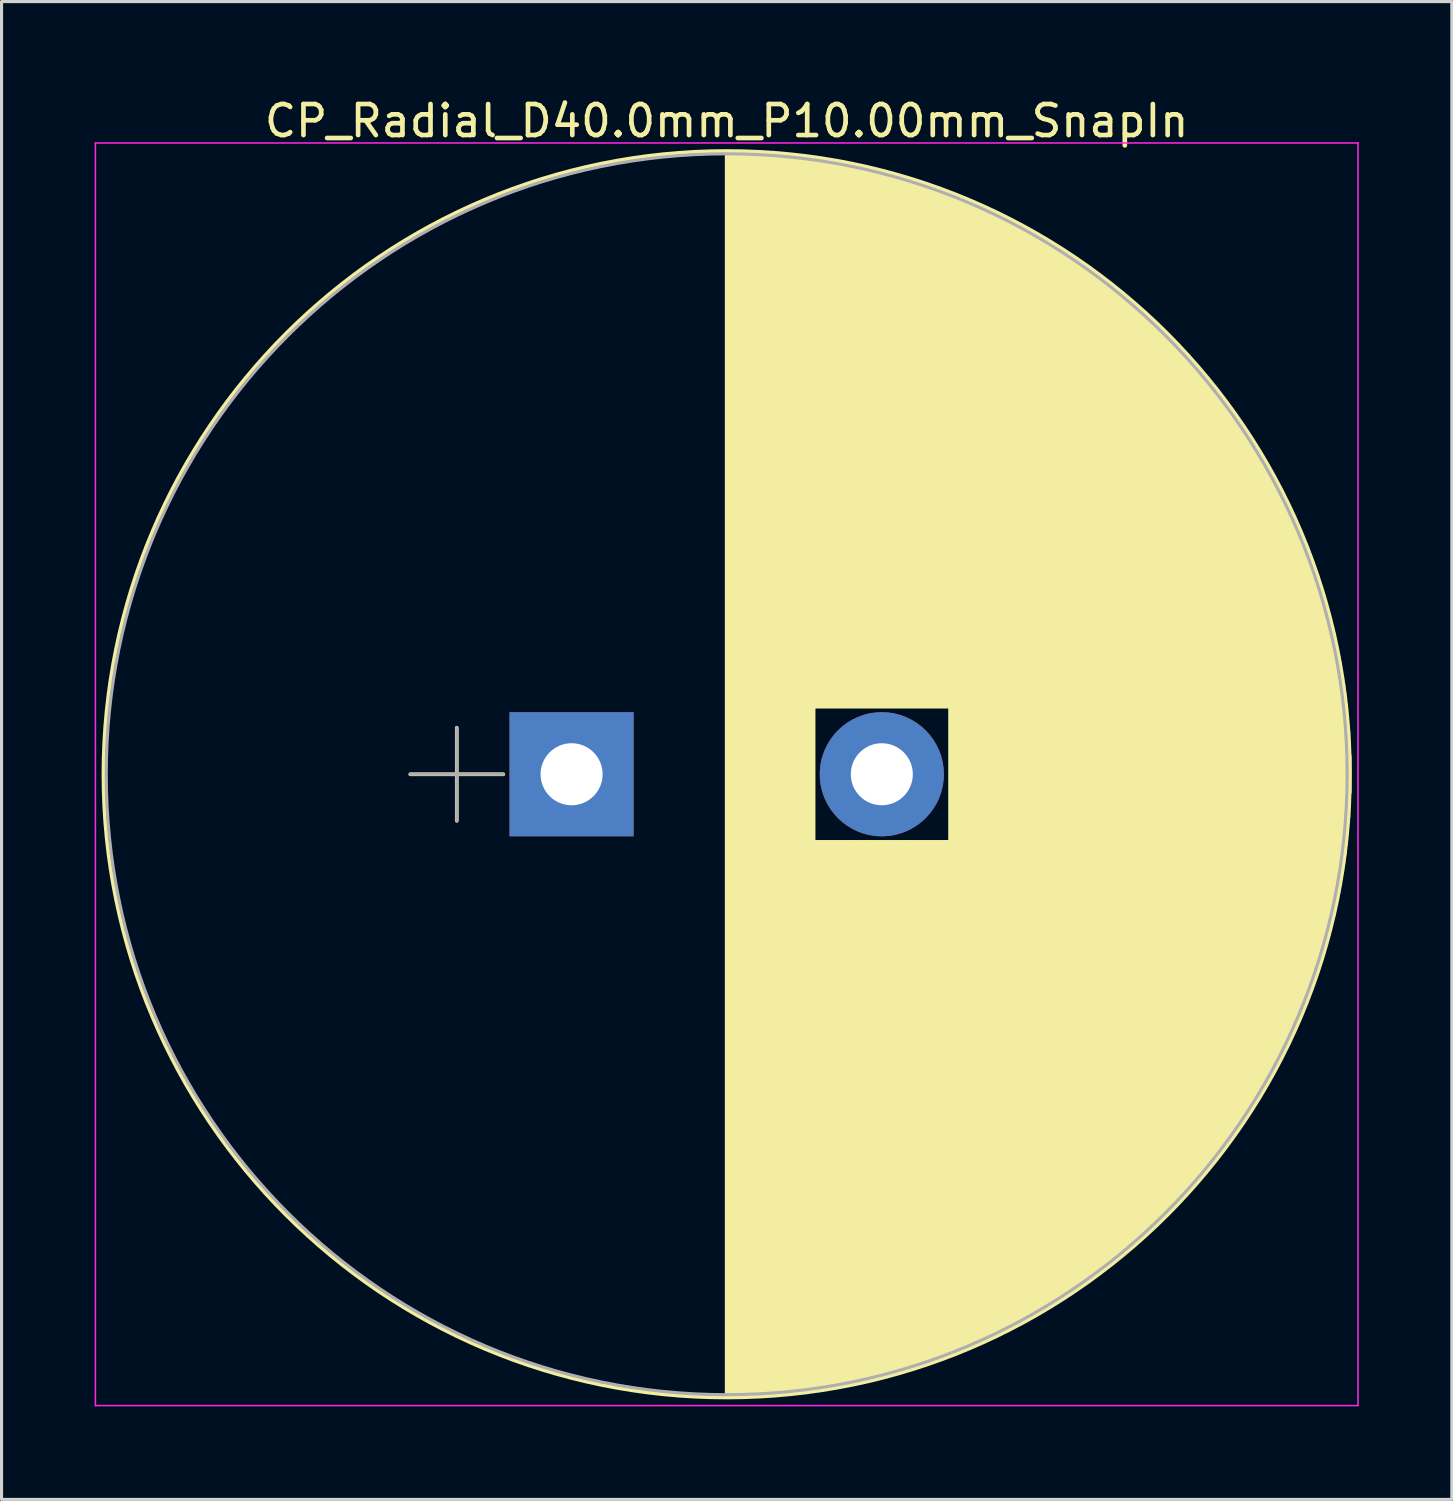
<source format=kicad_pcb>
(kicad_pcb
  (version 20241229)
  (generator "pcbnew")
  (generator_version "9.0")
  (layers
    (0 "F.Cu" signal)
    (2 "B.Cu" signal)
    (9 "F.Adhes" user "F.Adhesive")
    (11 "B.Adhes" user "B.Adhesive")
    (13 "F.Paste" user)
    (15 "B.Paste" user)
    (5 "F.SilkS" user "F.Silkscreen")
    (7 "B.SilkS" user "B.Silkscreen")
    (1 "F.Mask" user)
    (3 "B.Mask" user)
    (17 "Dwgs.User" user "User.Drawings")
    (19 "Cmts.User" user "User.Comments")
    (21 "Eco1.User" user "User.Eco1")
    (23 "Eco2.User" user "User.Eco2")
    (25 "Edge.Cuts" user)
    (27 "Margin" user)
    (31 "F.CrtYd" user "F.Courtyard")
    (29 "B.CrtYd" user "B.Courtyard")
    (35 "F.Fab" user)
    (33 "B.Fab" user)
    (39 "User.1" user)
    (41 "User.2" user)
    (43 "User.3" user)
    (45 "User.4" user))
  (footprint "CP_Radial_D40.0mm_P10.00mm_SnapIn"
    (layer "F.Cu")
    (at 15.375 21.908)
    (property "Reference" "CP_Radial_D40.0mm_P10.00mm_SnapIn" (at 5 -21.06 0) (layer "F.SilkS") (effects (font (size 1 1) (thickness 0.15))))
    (attr through_hole)
    (fp_line (start -5.2 0) (end -2.2 0) (stroke (width 0.12) (type solid)) (layer "F.SilkS"))
    (fp_line (start -3.7 -1.5) (end -3.7 1.5) (stroke (width 0.12) (type solid)) (layer "F.SilkS"))
    (fp_line (start 5 -20.05) (end 5 20.05) (stroke (width 0.12) (type solid)) (layer "F.SilkS"))
    (fp_line (start 5.04 -20.05) (end 5.04 20.05) (stroke (width 0.12) (type solid)) (layer "F.SilkS"))
    (fp_line (start 5.08 -20.05) (end 5.08 20.05) (stroke (width 0.12) (type solid)) (layer "F.SilkS"))
    (fp_line (start 5.12 -20.05) (end 5.12 20.05) (stroke (width 0.12) (type solid)) (layer "F.SilkS"))
    (fp_line (start 5.16 -20.05) (end 5.16 20.05) (stroke (width 0.12) (type solid)) (layer "F.SilkS"))
    (fp_line (start 5.2 -20.05) (end 5.2 20.05) (stroke (width 0.12) (type solid)) (layer "F.SilkS"))
    (fp_line (start 5.24 -20.049) (end 5.24 20.049) (stroke (width 0.12) (type solid)) (layer "F.SilkS"))
    (fp_line (start 5.28 -20.049) (end 5.28 20.049) (stroke (width 0.12) (type solid)) (layer "F.SilkS"))
    (fp_line (start 5.32 -20.048) (end 5.32 20.048) (stroke (width 0.12) (type solid)) (layer "F.SilkS"))
    (fp_line (start 5.36 -20.047) (end 5.36 20.047) (stroke (width 0.12) (type solid)) (layer "F.SilkS"))
    (fp_line (start 5.4 -20.047) (end 5.4 20.047) (stroke (width 0.12) (type solid)) (layer "F.SilkS"))
    (fp_line (start 5.44 -20.046) (end 5.44 20.046) (stroke (width 0.12) (type solid)) (layer "F.SilkS"))
    (fp_line (start 5.48 -20.045) (end 5.48 20.045) (stroke (width 0.12) (type solid)) (layer "F.SilkS"))
    (fp_line (start 5.52 -20.044) (end 5.52 20.044) (stroke (width 0.12) (type solid)) (layer "F.SilkS"))
    (fp_line (start 5.56 -20.043) (end 5.56 20.043) (stroke (width 0.12) (type solid)) (layer "F.SilkS"))
    (fp_line (start 5.6 -20.042) (end 5.6 20.042) (stroke (width 0.12) (type solid)) (layer "F.SilkS"))
    (fp_line (start 5.64 -20.04) (end 5.64 20.04) (stroke (width 0.12) (type solid)) (layer "F.SilkS"))
    (fp_line (start 5.68 -20.039) (end 5.68 20.039) (stroke (width 0.12) (type solid)) (layer "F.SilkS"))
    (fp_line (start 5.721 -20.038) (end 5.721 20.038) (stroke (width 0.12) (type solid)) (layer "F.SilkS"))
    (fp_line (start 5.761 -20.036) (end 5.761 20.036) (stroke (width 0.12) (type solid)) (layer "F.SilkS"))
    (fp_line (start 5.801 -20.035) (end 5.801 20.035) (stroke (width 0.12) (type solid)) (layer "F.SilkS"))
    (fp_line (start 5.841 -20.033) (end 5.841 20.033) (stroke (width 0.12) (type solid)) (layer "F.SilkS"))
    (fp_line (start 5.881 -20.031) (end 5.881 20.031) (stroke (width 0.12) (type solid)) (layer "F.SilkS"))
    (fp_line (start 5.921 -20.029) (end 5.921 20.029) (stroke (width 0.12) (type solid)) (layer "F.SilkS"))
    (fp_line (start 5.961 -20.028) (end 5.961 20.028) (stroke (width 0.12) (type solid)) (layer "F.SilkS"))
    (fp_line (start 6.001 -20.026) (end 6.001 20.026) (stroke (width 0.12) (type solid)) (layer "F.SilkS"))
    (fp_line (start 6.041 -20.024) (end 6.041 20.024) (stroke (width 0.12) (type solid)) (layer "F.SilkS"))
    (fp_line (start 6.081 -20.021) (end 6.081 20.021) (stroke (width 0.12) (type solid)) (layer "F.SilkS"))
    (fp_line (start 6.121 -20.019) (end 6.121 20.019) (stroke (width 0.12) (type solid)) (layer "F.SilkS"))
    (fp_line (start 6.161 -20.017) (end 6.161 20.017) (stroke (width 0.12) (type solid)) (layer "F.SilkS"))
    (fp_line (start 6.201 -20.015) (end 6.201 20.015) (stroke (width 0.12) (type solid)) (layer "F.SilkS"))
    (fp_line (start 6.241 -20.012) (end 6.241 20.012) (stroke (width 0.12) (type solid)) (layer "F.SilkS"))
    (fp_line (start 6.281 -20.01) (end 6.281 20.01) (stroke (width 0.12) (type solid)) (layer "F.SilkS"))
    (fp_line (start 6.321 -20.007) (end 6.321 20.007) (stroke (width 0.12) (type solid)) (layer "F.SilkS"))
    (fp_line (start 6.361 -20.004) (end 6.361 20.004) (stroke (width 0.12) (type solid)) (layer "F.SilkS"))
    (fp_line (start 6.401 -20.002) (end 6.401 20.002) (stroke (width 0.12) (type solid)) (layer "F.SilkS"))
    (fp_line (start 6.441 -19.999) (end 6.441 19.999) (stroke (width 0.12) (type solid)) (layer "F.SilkS"))
    (fp_line (start 6.481 -19.996) (end 6.481 19.996) (stroke (width 0.12) (type solid)) (layer "F.SilkS"))
    (fp_line (start 6.521 -19.993) (end 6.521 19.993) (stroke (width 0.12) (type solid)) (layer "F.SilkS"))
    (fp_line (start 6.561 -19.99) (end 6.561 19.99) (stroke (width 0.12) (type solid)) (layer "F.SilkS"))
    (fp_line (start 6.601 -19.987) (end 6.601 19.987) (stroke (width 0.12) (type solid)) (layer "F.SilkS"))
    (fp_line (start 6.641 -19.983) (end 6.641 19.983) (stroke (width 0.12) (type solid)) (layer "F.SilkS"))
    (fp_line (start 6.681 -19.98) (end 6.681 19.98) (stroke (width 0.12) (type solid)) (layer "F.SilkS"))
    (fp_line (start 6.721 -19.977) (end 6.721 19.977) (stroke (width 0.12) (type solid)) (layer "F.SilkS"))
    (fp_line (start 6.761 -19.973) (end 6.761 19.973) (stroke (width 0.12) (type solid)) (layer "F.SilkS"))
    (fp_line (start 6.801 -19.97) (end 6.801 19.97) (stroke (width 0.12) (type solid)) (layer "F.SilkS"))
    (fp_line (start 6.841 -19.966) (end 6.841 19.966) (stroke (width 0.12) (type solid)) (layer "F.SilkS"))
    (fp_line (start 6.881 -19.962) (end 6.881 19.962) (stroke (width 0.12) (type solid)) (layer "F.SilkS"))
    (fp_line (start 6.921 -19.959) (end 6.921 19.959) (stroke (width 0.12) (type solid)) (layer "F.SilkS"))
    (fp_line (start 6.961 -19.955) (end 6.961 19.955) (stroke (width 0.12) (type solid)) (layer "F.SilkS"))
    (fp_line (start 7.001 -19.951) (end 7.001 19.951) (stroke (width 0.12) (type solid)) (layer "F.SilkS"))
    (fp_line (start 7.041 -19.947) (end 7.041 19.947) (stroke (width 0.12) (type solid)) (layer "F.SilkS"))
    (fp_line (start 7.081 -19.943) (end 7.081 19.943) (stroke (width 0.12) (type solid)) (layer "F.SilkS"))
    (fp_line (start 7.121 -19.938) (end 7.121 19.938) (stroke (width 0.12) (type solid)) (layer "F.SilkS"))
    (fp_line (start 7.161 -19.934) (end 7.161 19.934) (stroke (width 0.12) (type solid)) (layer "F.SilkS"))
    (fp_line (start 7.201 -19.93) (end 7.201 19.93) (stroke (width 0.12) (type solid)) (layer "F.SilkS"))
    (fp_line (start 7.241 -19.925) (end 7.241 19.925) (stroke (width 0.12) (type solid)) (layer "F.SilkS"))
    (fp_line (start 7.281 -19.921) (end 7.281 19.921) (stroke (width 0.12) (type solid)) (layer "F.SilkS"))
    (fp_line (start 7.321 -19.916) (end 7.321 19.916) (stroke (width 0.12) (type solid)) (layer "F.SilkS"))
    (fp_line (start 7.361 -19.911) (end 7.361 19.911) (stroke (width 0.12) (type solid)) (layer "F.SilkS"))
    (fp_line (start 7.401 -19.907) (end 7.401 19.907) (stroke (width 0.12) (type solid)) (layer "F.SilkS"))
    (fp_line (start 7.441 -19.902) (end 7.441 19.902) (stroke (width 0.12) (type solid)) (layer "F.SilkS"))
    (fp_line (start 7.481 -19.897) (end 7.481 19.897) (stroke (width 0.12) (type solid)) (layer "F.SilkS"))
    (fp_line (start 7.521 -19.892) (end 7.521 19.892) (stroke (width 0.12) (type solid)) (layer "F.SilkS"))
    (fp_line (start 7.561 -19.887) (end 7.561 19.887) (stroke (width 0.12) (type solid)) (layer "F.SilkS"))
    (fp_line (start 7.601 -19.882) (end 7.601 19.882) (stroke (width 0.12) (type solid)) (layer "F.SilkS"))
    (fp_line (start 7.641 -19.876) (end 7.641 19.876) (stroke (width 0.12) (type solid)) (layer "F.SilkS"))
    (fp_line (start 7.681 -19.871) (end 7.681 19.871) (stroke (width 0.12) (type solid)) (layer "F.SilkS"))
    (fp_line (start 7.721 -19.866) (end 7.721 19.866) (stroke (width 0.12) (type solid)) (layer "F.SilkS"))
    (fp_line (start 7.761 -19.86) (end 7.761 19.86) (stroke (width 0.12) (type solid)) (layer "F.SilkS"))
    (fp_line (start 7.801 -19.854) (end 7.801 19.854) (stroke (width 0.12) (type solid)) (layer "F.SilkS"))
    (fp_line (start 7.841 -19.849) (end 7.841 -2.18) (stroke (width 0.12) (type solid)) (layer "F.SilkS"))
    (fp_line (start 7.841 2.18) (end 7.841 19.849) (stroke (width 0.12) (type solid)) (layer "F.SilkS"))
    (fp_line (start 7.881 -19.843) (end 7.881 -2.18) (stroke (width 0.12) (type solid)) (layer "F.SilkS"))
    (fp_line (start 7.881 2.18) (end 7.881 19.843) (stroke (width 0.12) (type solid)) (layer "F.SilkS"))
    (fp_line (start 7.921 -19.837) (end 7.921 -2.18) (stroke (width 0.12) (type solid)) (layer "F.SilkS"))
    (fp_line (start 7.921 2.18) (end 7.921 19.837) (stroke (width 0.12) (type solid)) (layer "F.SilkS"))
    (fp_line (start 7.961 -19.831) (end 7.961 -2.18) (stroke (width 0.12) (type solid)) (layer "F.SilkS"))
    (fp_line (start 7.961 2.18) (end 7.961 19.831) (stroke (width 0.12) (type solid)) (layer "F.SilkS"))
    (fp_line (start 8.001 -19.825) (end 8.001 -2.18) (stroke (width 0.12) (type solid)) (layer "F.SilkS"))
    (fp_line (start 8.001 2.18) (end 8.001 19.825) (stroke (width 0.12) (type solid)) (layer "F.SilkS"))
    (fp_line (start 8.041 -19.819) (end 8.041 -2.18) (stroke (width 0.12) (type solid)) (layer "F.SilkS"))
    (fp_line (start 8.041 2.18) (end 8.041 19.819) (stroke (width 0.12) (type solid)) (layer "F.SilkS"))
    (fp_line (start 8.081 -19.813) (end 8.081 -2.18) (stroke (width 0.12) (type solid)) (layer "F.SilkS"))
    (fp_line (start 8.081 2.18) (end 8.081 19.813) (stroke (width 0.12) (type solid)) (layer "F.SilkS"))
    (fp_line (start 8.121 -19.807) (end 8.121 -2.18) (stroke (width 0.12) (type solid)) (layer "F.SilkS"))
    (fp_line (start 8.121 2.18) (end 8.121 19.807) (stroke (width 0.12) (type solid)) (layer "F.SilkS"))
    (fp_line (start 8.161 -19.8) (end 8.161 -2.18) (stroke (width 0.12) (type solid)) (layer "F.SilkS"))
    (fp_line (start 8.161 2.18) (end 8.161 19.8) (stroke (width 0.12) (type solid)) (layer "F.SilkS"))
    (fp_line (start 8.201 -19.794) (end 8.201 -2.18) (stroke (width 0.12) (type solid)) (layer "F.SilkS"))
    (fp_line (start 8.201 2.18) (end 8.201 19.794) (stroke (width 0.12) (type solid)) (layer "F.SilkS"))
    (fp_line (start 8.241 -19.788) (end 8.241 -2.18) (stroke (width 0.12) (type solid)) (layer "F.SilkS"))
    (fp_line (start 8.241 2.18) (end 8.241 19.788) (stroke (width 0.12) (type solid)) (layer "F.SilkS"))
    (fp_line (start 8.281 -19.781) (end 8.281 -2.18) (stroke (width 0.12) (type solid)) (layer "F.SilkS"))
    (fp_line (start 8.281 2.18) (end 8.281 19.781) (stroke (width 0.12) (type solid)) (layer "F.SilkS"))
    (fp_line (start 8.321 -19.774) (end 8.321 -2.18) (stroke (width 0.12) (type solid)) (layer "F.SilkS"))
    (fp_line (start 8.321 2.18) (end 8.321 19.774) (stroke (width 0.12) (type solid)) (layer "F.SilkS"))
    (fp_line (start 8.361 -19.768) (end 8.361 -2.18) (stroke (width 0.12) (type solid)) (layer "F.SilkS"))
    (fp_line (start 8.361 2.18) (end 8.361 19.768) (stroke (width 0.12) (type solid)) (layer "F.SilkS"))
    (fp_line (start 8.401 -19.761) (end 8.401 -2.18) (stroke (width 0.12) (type solid)) (layer "F.SilkS"))
    (fp_line (start 8.401 2.18) (end 8.401 19.761) (stroke (width 0.12) (type solid)) (layer "F.SilkS"))
    (fp_line (start 8.441 -19.754) (end 8.441 -2.18) (stroke (width 0.12) (type solid)) (layer "F.SilkS"))
    (fp_line (start 8.441 2.18) (end 8.441 19.754) (stroke (width 0.12) (type solid)) (layer "F.SilkS"))
    (fp_line (start 8.481 -19.747) (end 8.481 -2.18) (stroke (width 0.12) (type solid)) (layer "F.SilkS"))
    (fp_line (start 8.481 2.18) (end 8.481 19.747) (stroke (width 0.12) (type solid)) (layer "F.SilkS"))
    (fp_line (start 8.521 -19.74) (end 8.521 -2.18) (stroke (width 0.12) (type solid)) (layer "F.SilkS"))
    (fp_line (start 8.521 2.18) (end 8.521 19.74) (stroke (width 0.12) (type solid)) (layer "F.SilkS"))
    (fp_line (start 8.561 -19.733) (end 8.561 -2.18) (stroke (width 0.12) (type solid)) (layer "F.SilkS"))
    (fp_line (start 8.561 2.18) (end 8.561 19.733) (stroke (width 0.12) (type solid)) (layer "F.SilkS"))
    (fp_line (start 8.601 -19.725) (end 8.601 -2.18) (stroke (width 0.12) (type solid)) (layer "F.SilkS"))
    (fp_line (start 8.601 2.18) (end 8.601 19.725) (stroke (width 0.12) (type solid)) (layer "F.SilkS"))
    (fp_line (start 8.641 -19.718) (end 8.641 -2.18) (stroke (width 0.12) (type solid)) (layer "F.SilkS"))
    (fp_line (start 8.641 2.18) (end 8.641 19.718) (stroke (width 0.12) (type solid)) (layer "F.SilkS"))
    (fp_line (start 8.681 -19.711) (end 8.681 -2.18) (stroke (width 0.12) (type solid)) (layer "F.SilkS"))
    (fp_line (start 8.681 2.18) (end 8.681 19.711) (stroke (width 0.12) (type solid)) (layer "F.SilkS"))
    (fp_line (start 8.721 -19.703) (end 8.721 -2.18) (stroke (width 0.12) (type solid)) (layer "F.SilkS"))
    (fp_line (start 8.721 2.18) (end 8.721 19.703) (stroke (width 0.12) (type solid)) (layer "F.SilkS"))
    (fp_line (start 8.761 -19.696) (end 8.761 -2.18) (stroke (width 0.12) (type solid)) (layer "F.SilkS"))
    (fp_line (start 8.761 2.18) (end 8.761 19.696) (stroke (width 0.12) (type solid)) (layer "F.SilkS"))
    (fp_line (start 8.801 -19.688) (end 8.801 -2.18) (stroke (width 0.12) (type solid)) (layer "F.SilkS"))
    (fp_line (start 8.801 2.18) (end 8.801 19.688) (stroke (width 0.12) (type solid)) (layer "F.SilkS"))
    (fp_line (start 8.841 -19.68) (end 8.841 -2.18) (stroke (width 0.12) (type solid)) (layer "F.SilkS"))
    (fp_line (start 8.841 2.18) (end 8.841 19.68) (stroke (width 0.12) (type solid)) (layer "F.SilkS"))
    (fp_line (start 8.881 -19.672) (end 8.881 -2.18) (stroke (width 0.12) (type solid)) (layer "F.SilkS"))
    (fp_line (start 8.881 2.18) (end 8.881 19.672) (stroke (width 0.12) (type solid)) (layer "F.SilkS"))
    (fp_line (start 8.921 -19.664) (end 8.921 -2.18) (stroke (width 0.12) (type solid)) (layer "F.SilkS"))
    (fp_line (start 8.921 2.18) (end 8.921 19.664) (stroke (width 0.12) (type solid)) (layer "F.SilkS"))
    (fp_line (start 8.961 -19.656) (end 8.961 -2.18) (stroke (width 0.12) (type solid)) (layer "F.SilkS"))
    (fp_line (start 8.961 2.18) (end 8.961 19.656) (stroke (width 0.12) (type solid)) (layer "F.SilkS"))
    (fp_line (start 9.001 -19.648) (end 9.001 -2.18) (stroke (width 0.12) (type solid)) (layer "F.SilkS"))
    (fp_line (start 9.001 2.18) (end 9.001 19.648) (stroke (width 0.12) (type solid)) (layer "F.SilkS"))
    (fp_line (start 9.041 -19.64) (end 9.041 -2.18) (stroke (width 0.12) (type solid)) (layer "F.SilkS"))
    (fp_line (start 9.041 2.18) (end 9.041 19.64) (stroke (width 0.12) (type solid)) (layer "F.SilkS"))
    (fp_line (start 9.081 -19.632) (end 9.081 -2.18) (stroke (width 0.12) (type solid)) (layer "F.SilkS"))
    (fp_line (start 9.081 2.18) (end 9.081 19.632) (stroke (width 0.12) (type solid)) (layer "F.SilkS"))
    (fp_line (start 9.121 -19.624) (end 9.121 -2.18) (stroke (width 0.12) (type solid)) (layer "F.SilkS"))
    (fp_line (start 9.121 2.18) (end 9.121 19.624) (stroke (width 0.12) (type solid)) (layer "F.SilkS"))
    (fp_line (start 9.161 -19.615) (end 9.161 -2.18) (stroke (width 0.12) (type solid)) (layer "F.SilkS"))
    (fp_line (start 9.161 2.18) (end 9.161 19.615) (stroke (width 0.12) (type solid)) (layer "F.SilkS"))
    (fp_line (start 9.201 -19.607) (end 9.201 -2.18) (stroke (width 0.12) (type solid)) (layer "F.SilkS"))
    (fp_line (start 9.201 2.18) (end 9.201 19.607) (stroke (width 0.12) (type solid)) (layer "F.SilkS"))
    (fp_line (start 9.241 -19.598) (end 9.241 -2.18) (stroke (width 0.12) (type solid)) (layer "F.SilkS"))
    (fp_line (start 9.241 2.18) (end 9.241 19.598) (stroke (width 0.12) (type solid)) (layer "F.SilkS"))
    (fp_line (start 9.281 -19.589) (end 9.281 -2.18) (stroke (width 0.12) (type solid)) (layer "F.SilkS"))
    (fp_line (start 9.281 2.18) (end 9.281 19.589) (stroke (width 0.12) (type solid)) (layer "F.SilkS"))
    (fp_line (start 9.321 -19.581) (end 9.321 -2.18) (stroke (width 0.12) (type solid)) (layer "F.SilkS"))
    (fp_line (start 9.321 2.18) (end 9.321 19.581) (stroke (width 0.12) (type solid)) (layer "F.SilkS"))
    (fp_line (start 9.361 -19.572) (end 9.361 -2.18) (stroke (width 0.12) (type solid)) (layer "F.SilkS"))
    (fp_line (start 9.361 2.18) (end 9.361 19.572) (stroke (width 0.12) (type solid)) (layer "F.SilkS"))
    (fp_line (start 9.401 -19.563) (end 9.401 -2.18) (stroke (width 0.12) (type solid)) (layer "F.SilkS"))
    (fp_line (start 9.401 2.18) (end 9.401 19.563) (stroke (width 0.12) (type solid)) (layer "F.SilkS"))
    (fp_line (start 9.441 -19.554) (end 9.441 -2.18) (stroke (width 0.12) (type solid)) (layer "F.SilkS"))
    (fp_line (start 9.441 2.18) (end 9.441 19.554) (stroke (width 0.12) (type solid)) (layer "F.SilkS"))
    (fp_line (start 9.481 -19.545) (end 9.481 -2.18) (stroke (width 0.12) (type solid)) (layer "F.SilkS"))
    (fp_line (start 9.481 2.18) (end 9.481 19.545) (stroke (width 0.12) (type solid)) (layer "F.SilkS"))
    (fp_line (start 9.521 -19.535) (end 9.521 -2.18) (stroke (width 0.12) (type solid)) (layer "F.SilkS"))
    (fp_line (start 9.521 2.18) (end 9.521 19.535) (stroke (width 0.12) (type solid)) (layer "F.SilkS"))
    (fp_line (start 9.561 -19.526) (end 9.561 -2.18) (stroke (width 0.12) (type solid)) (layer "F.SilkS"))
    (fp_line (start 9.561 2.18) (end 9.561 19.526) (stroke (width 0.12) (type solid)) (layer "F.SilkS"))
    (fp_line (start 9.601 -19.517) (end 9.601 -2.18) (stroke (width 0.12) (type solid)) (layer "F.SilkS"))
    (fp_line (start 9.601 2.18) (end 9.601 19.517) (stroke (width 0.12) (type solid)) (layer "F.SilkS"))
    (fp_line (start 9.641 -19.507) (end 9.641 -2.18) (stroke (width 0.12) (type solid)) (layer "F.SilkS"))
    (fp_line (start 9.641 2.18) (end 9.641 19.507) (stroke (width 0.12) (type solid)) (layer "F.SilkS"))
    (fp_line (start 9.681 -19.498) (end 9.681 -2.18) (stroke (width 0.12) (type solid)) (layer "F.SilkS"))
    (fp_line (start 9.681 2.18) (end 9.681 19.498) (stroke (width 0.12) (type solid)) (layer "F.SilkS"))
    (fp_line (start 9.721 -19.488) (end 9.721 -2.18) (stroke (width 0.12) (type solid)) (layer "F.SilkS"))
    (fp_line (start 9.721 2.18) (end 9.721 19.488) (stroke (width 0.12) (type solid)) (layer "F.SilkS"))
    (fp_line (start 9.761 -19.478) (end 9.761 -2.18) (stroke (width 0.12) (type solid)) (layer "F.SilkS"))
    (fp_line (start 9.761 2.18) (end 9.761 19.478) (stroke (width 0.12) (type solid)) (layer "F.SilkS"))
    (fp_line (start 9.801 -19.469) (end 9.801 -2.18) (stroke (width 0.12) (type solid)) (layer "F.SilkS"))
    (fp_line (start 9.801 2.18) (end 9.801 19.469) (stroke (width 0.12) (type solid)) (layer "F.SilkS"))
    (fp_line (start 9.841 -19.459) (end 9.841 -2.18) (stroke (width 0.12) (type solid)) (layer "F.SilkS"))
    (fp_line (start 9.841 2.18) (end 9.841 19.459) (stroke (width 0.12) (type solid)) (layer "F.SilkS"))
    (fp_line (start 9.881 -19.449) (end 9.881 -2.18) (stroke (width 0.12) (type solid)) (layer "F.SilkS"))
    (fp_line (start 9.881 2.18) (end 9.881 19.449) (stroke (width 0.12) (type solid)) (layer "F.SilkS"))
    (fp_line (start 9.921 -19.439) (end 9.921 -2.18) (stroke (width 0.12) (type solid)) (layer "F.SilkS"))
    (fp_line (start 9.921 2.18) (end 9.921 19.439) (stroke (width 0.12) (type solid)) (layer "F.SilkS"))
    (fp_line (start 9.961 -19.429) (end 9.961 -2.18) (stroke (width 0.12) (type solid)) (layer "F.SilkS"))
    (fp_line (start 9.961 2.18) (end 9.961 19.429) (stroke (width 0.12) (type solid)) (layer "F.SilkS"))
    (fp_line (start 10.001 -19.418) (end 10.001 -2.18) (stroke (width 0.12) (type solid)) (layer "F.SilkS"))
    (fp_line (start 10.001 2.18) (end 10.001 19.418) (stroke (width 0.12) (type solid)) (layer "F.SilkS"))
    (fp_line (start 10.041 -19.408) (end 10.041 -2.18) (stroke (width 0.12) (type solid)) (layer "F.SilkS"))
    (fp_line (start 10.041 2.18) (end 10.041 19.408) (stroke (width 0.12) (type solid)) (layer "F.SilkS"))
    (fp_line (start 10.081 -19.398) (end 10.081 -2.18) (stroke (width 0.12) (type solid)) (layer "F.SilkS"))
    (fp_line (start 10.081 2.18) (end 10.081 19.398) (stroke (width 0.12) (type solid)) (layer "F.SilkS"))
    (fp_line (start 10.121 -19.387) (end 10.121 -2.18) (stroke (width 0.12) (type solid)) (layer "F.SilkS"))
    (fp_line (start 10.121 2.18) (end 10.121 19.387) (stroke (width 0.12) (type solid)) (layer "F.SilkS"))
    (fp_line (start 10.161 -19.377) (end 10.161 -2.18) (stroke (width 0.12) (type solid)) (layer "F.SilkS"))
    (fp_line (start 10.161 2.18) (end 10.161 19.377) (stroke (width 0.12) (type solid)) (layer "F.SilkS"))
    (fp_line (start 10.201 -19.366) (end 10.201 -2.18) (stroke (width 0.12) (type solid)) (layer "F.SilkS"))
    (fp_line (start 10.201 2.18) (end 10.201 19.366) (stroke (width 0.12) (type solid)) (layer "F.SilkS"))
    (fp_line (start 10.241 -19.355) (end 10.241 -2.18) (stroke (width 0.12) (type solid)) (layer "F.SilkS"))
    (fp_line (start 10.241 2.18) (end 10.241 19.355) (stroke (width 0.12) (type solid)) (layer "F.SilkS"))
    (fp_line (start 10.281 -19.344) (end 10.281 -2.18) (stroke (width 0.12) (type solid)) (layer "F.SilkS"))
    (fp_line (start 10.281 2.18) (end 10.281 19.344) (stroke (width 0.12) (type solid)) (layer "F.SilkS"))
    (fp_line (start 10.321 -19.333) (end 10.321 -2.18) (stroke (width 0.12) (type solid)) (layer "F.SilkS"))
    (fp_line (start 10.321 2.18) (end 10.321 19.333) (stroke (width 0.12) (type solid)) (layer "F.SilkS"))
    (fp_line (start 10.361 -19.322) (end 10.361 -2.18) (stroke (width 0.12) (type solid)) (layer "F.SilkS"))
    (fp_line (start 10.361 2.18) (end 10.361 19.322) (stroke (width 0.12) (type solid)) (layer "F.SilkS"))
    (fp_line (start 10.401 -19.311) (end 10.401 -2.18) (stroke (width 0.12) (type solid)) (layer "F.SilkS"))
    (fp_line (start 10.401 2.18) (end 10.401 19.311) (stroke (width 0.12) (type solid)) (layer "F.SilkS"))
    (fp_line (start 10.441 -19.3) (end 10.441 -2.18) (stroke (width 0.12) (type solid)) (layer "F.SilkS"))
    (fp_line (start 10.441 2.18) (end 10.441 19.3) (stroke (width 0.12) (type solid)) (layer "F.SilkS"))
    (fp_line (start 10.481 -19.289) (end 10.481 -2.18) (stroke (width 0.12) (type solid)) (layer "F.SilkS"))
    (fp_line (start 10.481 2.18) (end 10.481 19.289) (stroke (width 0.12) (type solid)) (layer "F.SilkS"))
    (fp_line (start 10.521 -19.277) (end 10.521 -2.18) (stroke (width 0.12) (type solid)) (layer "F.SilkS"))
    (fp_line (start 10.521 2.18) (end 10.521 19.277) (stroke (width 0.12) (type solid)) (layer "F.SilkS"))
    (fp_line (start 10.561 -19.266) (end 10.561 -2.18) (stroke (width 0.12) (type solid)) (layer "F.SilkS"))
    (fp_line (start 10.561 2.18) (end 10.561 19.266) (stroke (width 0.12) (type solid)) (layer "F.SilkS"))
    (fp_line (start 10.601 -19.254) (end 10.601 -2.18) (stroke (width 0.12) (type solid)) (layer "F.SilkS"))
    (fp_line (start 10.601 2.18) (end 10.601 19.254) (stroke (width 0.12) (type solid)) (layer "F.SilkS"))
    (fp_line (start 10.641 -19.243) (end 10.641 -2.18) (stroke (width 0.12) (type solid)) (layer "F.SilkS"))
    (fp_line (start 10.641 2.18) (end 10.641 19.243) (stroke (width 0.12) (type solid)) (layer "F.SilkS"))
    (fp_line (start 10.681 -19.231) (end 10.681 -2.18) (stroke (width 0.12) (type solid)) (layer "F.SilkS"))
    (fp_line (start 10.681 2.18) (end 10.681 19.231) (stroke (width 0.12) (type solid)) (layer "F.SilkS"))
    (fp_line (start 10.721 -19.219) (end 10.721 -2.18) (stroke (width 0.12) (type solid)) (layer "F.SilkS"))
    (fp_line (start 10.721 2.18) (end 10.721 19.219) (stroke (width 0.12) (type solid)) (layer "F.SilkS"))
    (fp_line (start 10.761 -19.207) (end 10.761 -2.18) (stroke (width 0.12) (type solid)) (layer "F.SilkS"))
    (fp_line (start 10.761 2.18) (end 10.761 19.207) (stroke (width 0.12) (type solid)) (layer "F.SilkS"))
    (fp_line (start 10.801 -19.195) (end 10.801 -2.18) (stroke (width 0.12) (type solid)) (layer "F.SilkS"))
    (fp_line (start 10.801 2.18) (end 10.801 19.195) (stroke (width 0.12) (type solid)) (layer "F.SilkS"))
    (fp_line (start 10.841 -19.183) (end 10.841 -2.18) (stroke (width 0.12) (type solid)) (layer "F.SilkS"))
    (fp_line (start 10.841 2.18) (end 10.841 19.183) (stroke (width 0.12) (type solid)) (layer "F.SilkS"))
    (fp_line (start 10.881 -19.171) (end 10.881 -2.18) (stroke (width 0.12) (type solid)) (layer "F.SilkS"))
    (fp_line (start 10.881 2.18) (end 10.881 19.171) (stroke (width 0.12) (type solid)) (layer "F.SilkS"))
    (fp_line (start 10.921 -19.158) (end 10.921 -2.18) (stroke (width 0.12) (type solid)) (layer "F.SilkS"))
    (fp_line (start 10.921 2.18) (end 10.921 19.158) (stroke (width 0.12) (type solid)) (layer "F.SilkS"))
    (fp_line (start 10.961 -19.146) (end 10.961 -2.18) (stroke (width 0.12) (type solid)) (layer "F.SilkS"))
    (fp_line (start 10.961 2.18) (end 10.961 19.146) (stroke (width 0.12) (type solid)) (layer "F.SilkS"))
    (fp_line (start 11.001 -19.134) (end 11.001 -2.18) (stroke (width 0.12) (type solid)) (layer "F.SilkS"))
    (fp_line (start 11.001 2.18) (end 11.001 19.134) (stroke (width 0.12) (type solid)) (layer "F.SilkS"))
    (fp_line (start 11.041 -19.121) (end 11.041 -2.18) (stroke (width 0.12) (type solid)) (layer "F.SilkS"))
    (fp_line (start 11.041 2.18) (end 11.041 19.121) (stroke (width 0.12) (type solid)) (layer "F.SilkS"))
    (fp_line (start 11.081 -19.108) (end 11.081 -2.18) (stroke (width 0.12) (type solid)) (layer "F.SilkS"))
    (fp_line (start 11.081 2.18) (end 11.081 19.108) (stroke (width 0.12) (type solid)) (layer "F.SilkS"))
    (fp_line (start 11.121 -19.096) (end 11.121 -2.18) (stroke (width 0.12) (type solid)) (layer "F.SilkS"))
    (fp_line (start 11.121 2.18) (end 11.121 19.096) (stroke (width 0.12) (type solid)) (layer "F.SilkS"))
    (fp_line (start 11.161 -19.083) (end 11.161 -2.18) (stroke (width 0.12) (type solid)) (layer "F.SilkS"))
    (fp_line (start 11.161 2.18) (end 11.161 19.083) (stroke (width 0.12) (type solid)) (layer "F.SilkS"))
    (fp_line (start 11.201 -19.07) (end 11.201 -2.18) (stroke (width 0.12) (type solid)) (layer "F.SilkS"))
    (fp_line (start 11.201 2.18) (end 11.201 19.07) (stroke (width 0.12) (type solid)) (layer "F.SilkS"))
    (fp_line (start 11.241 -19.057) (end 11.241 -2.18) (stroke (width 0.12) (type solid)) (layer "F.SilkS"))
    (fp_line (start 11.241 2.18) (end 11.241 19.057) (stroke (width 0.12) (type solid)) (layer "F.SilkS"))
    (fp_line (start 11.281 -19.044) (end 11.281 -2.18) (stroke (width 0.12) (type solid)) (layer "F.SilkS"))
    (fp_line (start 11.281 2.18) (end 11.281 19.044) (stroke (width 0.12) (type solid)) (layer "F.SilkS"))
    (fp_line (start 11.321 -19.031) (end 11.321 -2.18) (stroke (width 0.12) (type solid)) (layer "F.SilkS"))
    (fp_line (start 11.321 2.18) (end 11.321 19.031) (stroke (width 0.12) (type solid)) (layer "F.SilkS"))
    (fp_line (start 11.361 -19.017) (end 11.361 -2.18) (stroke (width 0.12) (type solid)) (layer "F.SilkS"))
    (fp_line (start 11.361 2.18) (end 11.361 19.017) (stroke (width 0.12) (type solid)) (layer "F.SilkS"))
    (fp_line (start 11.401 -19.004) (end 11.401 -2.18) (stroke (width 0.12) (type solid)) (layer "F.SilkS"))
    (fp_line (start 11.401 2.18) (end 11.401 19.004) (stroke (width 0.12) (type solid)) (layer "F.SilkS"))
    (fp_line (start 11.441 -18.99) (end 11.441 -2.18) (stroke (width 0.12) (type solid)) (layer "F.SilkS"))
    (fp_line (start 11.441 2.18) (end 11.441 18.99) (stroke (width 0.12) (type solid)) (layer "F.SilkS"))
    (fp_line (start 11.481 -18.977) (end 11.481 -2.18) (stroke (width 0.12) (type solid)) (layer "F.SilkS"))
    (fp_line (start 11.481 2.18) (end 11.481 18.977) (stroke (width 0.12) (type solid)) (layer "F.SilkS"))
    (fp_line (start 11.521 -18.963) (end 11.521 -2.18) (stroke (width 0.12) (type solid)) (layer "F.SilkS"))
    (fp_line (start 11.521 2.18) (end 11.521 18.963) (stroke (width 0.12) (type solid)) (layer "F.SilkS"))
    (fp_line (start 11.561 -18.949) (end 11.561 -2.18) (stroke (width 0.12) (type solid)) (layer "F.SilkS"))
    (fp_line (start 11.561 2.18) (end 11.561 18.949) (stroke (width 0.12) (type solid)) (layer "F.SilkS"))
    (fp_line (start 11.601 -18.935) (end 11.601 -2.18) (stroke (width 0.12) (type solid)) (layer "F.SilkS"))
    (fp_line (start 11.601 2.18) (end 11.601 18.935) (stroke (width 0.12) (type solid)) (layer "F.SilkS"))
    (fp_line (start 11.641 -18.921) (end 11.641 -2.18) (stroke (width 0.12) (type solid)) (layer "F.SilkS"))
    (fp_line (start 11.641 2.18) (end 11.641 18.921) (stroke (width 0.12) (type solid)) (layer "F.SilkS"))
    (fp_line (start 11.681 -18.907) (end 11.681 -2.18) (stroke (width 0.12) (type solid)) (layer "F.SilkS"))
    (fp_line (start 11.681 2.18) (end 11.681 18.907) (stroke (width 0.12) (type solid)) (layer "F.SilkS"))
    (fp_line (start 11.721 -18.893) (end 11.721 -2.18) (stroke (width 0.12) (type solid)) (layer "F.SilkS"))
    (fp_line (start 11.721 2.18) (end 11.721 18.893) (stroke (width 0.12) (type solid)) (layer "F.SilkS"))
    (fp_line (start 11.761 -18.879) (end 11.761 -2.18) (stroke (width 0.12) (type solid)) (layer "F.SilkS"))
    (fp_line (start 11.761 2.18) (end 11.761 18.879) (stroke (width 0.12) (type solid)) (layer "F.SilkS"))
    (fp_line (start 11.801 -18.865) (end 11.801 -2.18) (stroke (width 0.12) (type solid)) (layer "F.SilkS"))
    (fp_line (start 11.801 2.18) (end 11.801 18.865) (stroke (width 0.12) (type solid)) (layer "F.SilkS"))
    (fp_line (start 11.841 -18.85) (end 11.841 -2.18) (stroke (width 0.12) (type solid)) (layer "F.SilkS"))
    (fp_line (start 11.841 2.18) (end 11.841 18.85) (stroke (width 0.12) (type solid)) (layer "F.SilkS"))
    (fp_line (start 11.881 -18.836) (end 11.881 -2.18) (stroke (width 0.12) (type solid)) (layer "F.SilkS"))
    (fp_line (start 11.881 2.18) (end 11.881 18.836) (stroke (width 0.12) (type solid)) (layer "F.SilkS"))
    (fp_line (start 11.921 -18.821) (end 11.921 -2.18) (stroke (width 0.12) (type solid)) (layer "F.SilkS"))
    (fp_line (start 11.921 2.18) (end 11.921 18.821) (stroke (width 0.12) (type solid)) (layer "F.SilkS"))
    (fp_line (start 11.961 -18.806) (end 11.961 -2.18) (stroke (width 0.12) (type solid)) (layer "F.SilkS"))
    (fp_line (start 11.961 2.18) (end 11.961 18.806) (stroke (width 0.12) (type solid)) (layer "F.SilkS"))
    (fp_line (start 12.001 -18.792) (end 12.001 -2.18) (stroke (width 0.12) (type solid)) (layer "F.SilkS"))
    (fp_line (start 12.001 2.18) (end 12.001 18.792) (stroke (width 0.12) (type solid)) (layer "F.SilkS"))
    (fp_line (start 12.041 -18.777) (end 12.041 -2.18) (stroke (width 0.12) (type solid)) (layer "F.SilkS"))
    (fp_line (start 12.041 2.18) (end 12.041 18.777) (stroke (width 0.12) (type solid)) (layer "F.SilkS"))
    (fp_line (start 12.081 -18.762) (end 12.081 -2.18) (stroke (width 0.12) (type solid)) (layer "F.SilkS"))
    (fp_line (start 12.081 2.18) (end 12.081 18.762) (stroke (width 0.12) (type solid)) (layer "F.SilkS"))
    (fp_line (start 12.121 -18.746) (end 12.121 -2.18) (stroke (width 0.12) (type solid)) (layer "F.SilkS"))
    (fp_line (start 12.121 2.18) (end 12.121 18.746) (stroke (width 0.12) (type solid)) (layer "F.SilkS"))
    (fp_line (start 12.161 -18.731) (end 12.161 -2.18) (stroke (width 0.12) (type solid)) (layer "F.SilkS"))
    (fp_line (start 12.161 2.18) (end 12.161 18.731) (stroke (width 0.12) (type solid)) (layer "F.SilkS"))
    (fp_line (start 12.201 -18.716) (end 12.201 18.716) (stroke (width 0.12) (type solid)) (layer "F.SilkS"))
    (fp_line (start 12.241 -18.701) (end 12.241 18.701) (stroke (width 0.12) (type solid)) (layer "F.SilkS"))
    (fp_line (start 12.281 -18.685) (end 12.281 18.685) (stroke (width 0.12) (type solid)) (layer "F.SilkS"))
    (fp_line (start 12.321 -18.669) (end 12.321 18.669) (stroke (width 0.12) (type solid)) (layer "F.SilkS"))
    (fp_line (start 12.361 -18.654) (end 12.361 18.654) (stroke (width 0.12) (type solid)) (layer "F.SilkS"))
    (fp_line (start 12.401 -18.638) (end 12.401 18.638) (stroke (width 0.12) (type solid)) (layer "F.SilkS"))
    (fp_line (start 12.441 -18.622) (end 12.441 18.622) (stroke (width 0.12) (type solid)) (layer "F.SilkS"))
    (fp_line (start 12.481 -18.606) (end 12.481 18.606) (stroke (width 0.12) (type solid)) (layer "F.SilkS"))
    (fp_line (start 12.521 -18.59) (end 12.521 18.59) (stroke (width 0.12) (type solid)) (layer "F.SilkS"))
    (fp_line (start 12.561 -18.574) (end 12.561 18.574) (stroke (width 0.12) (type solid)) (layer "F.SilkS"))
    (fp_line (start 12.601 -18.557) (end 12.601 18.557) (stroke (width 0.12) (type solid)) (layer "F.SilkS"))
    (fp_line (start 12.641 -18.541) (end 12.641 18.541) (stroke (width 0.12) (type solid)) (layer "F.SilkS"))
    (fp_line (start 12.681 -18.525) (end 12.681 18.525) (stroke (width 0.12) (type solid)) (layer "F.SilkS"))
    (fp_line (start 12.721 -18.508) (end 12.721 18.508) (stroke (width 0.12) (type solid)) (layer "F.SilkS"))
    (fp_line (start 12.761 -18.491) (end 12.761 18.491) (stroke (width 0.12) (type solid)) (layer "F.SilkS"))
    (fp_line (start 12.801 -18.474) (end 12.801 18.474) (stroke (width 0.12) (type solid)) (layer "F.SilkS"))
    (fp_line (start 12.841 -18.458) (end 12.841 18.458) (stroke (width 0.12) (type solid)) (layer "F.SilkS"))
    (fp_line (start 12.881 -18.441) (end 12.881 18.441) (stroke (width 0.12) (type solid)) (layer "F.SilkS"))
    (fp_line (start 12.921 -18.423) (end 12.921 18.423) (stroke (width 0.12) (type solid)) (layer "F.SilkS"))
    (fp_line (start 12.961 -18.406) (end 12.961 18.406) (stroke (width 0.12) (type solid)) (layer "F.SilkS"))
    (fp_line (start 13.001 -18.389) (end 13.001 18.389) (stroke (width 0.12) (type solid)) (layer "F.SilkS"))
    (fp_line (start 13.041 -18.372) (end 13.041 18.372) (stroke (width 0.12) (type solid)) (layer "F.SilkS"))
    (fp_line (start 13.081 -18.354) (end 13.081 18.354) (stroke (width 0.12) (type solid)) (layer "F.SilkS"))
    (fp_line (start 13.121 -18.336) (end 13.121 18.336) (stroke (width 0.12) (type solid)) (layer "F.SilkS"))
    (fp_line (start 13.161 -18.319) (end 13.161 18.319) (stroke (width 0.12) (type solid)) (layer "F.SilkS"))
    (fp_line (start 13.2 -18.301) (end 13.2 18.301) (stroke (width 0.12) (type solid)) (layer "F.SilkS"))
    (fp_line (start 13.24 -18.283) (end 13.24 18.283) (stroke (width 0.12) (type solid)) (layer "F.SilkS"))
    (fp_line (start 13.28 -18.265) (end 13.28 18.265) (stroke (width 0.12) (type solid)) (layer "F.SilkS"))
    (fp_line (start 13.32 -18.247) (end 13.32 18.247) (stroke (width 0.12) (type solid)) (layer "F.SilkS"))
    (fp_line (start 13.36 -18.228) (end 13.36 18.228) (stroke (width 0.12) (type solid)) (layer "F.SilkS"))
    (fp_line (start 13.4 -18.21) (end 13.4 18.21) (stroke (width 0.12) (type solid)) (layer "F.SilkS"))
    (fp_line (start 13.44 -18.192) (end 13.44 18.192) (stroke (width 0.12) (type solid)) (layer "F.SilkS"))
    (fp_line (start 13.48 -18.173) (end 13.48 18.173) (stroke (width 0.12) (type solid)) (layer "F.SilkS"))
    (fp_line (start 13.52 -18.154) (end 13.52 18.154) (stroke (width 0.12) (type solid)) (layer "F.SilkS"))
    (fp_line (start 13.56 -18.136) (end 13.56 18.136) (stroke (width 0.12) (type solid)) (layer "F.SilkS"))
    (fp_line (start 13.6 -18.117) (end 13.6 18.117) (stroke (width 0.12) (type solid)) (layer "F.SilkS"))
    (fp_line (start 13.64 -18.098) (end 13.64 18.098) (stroke (width 0.12) (type solid)) (layer "F.SilkS"))
    (fp_line (start 13.68 -18.079) (end 13.68 18.079) (stroke (width 0.12) (type solid)) (layer "F.SilkS"))
    (fp_line (start 13.72 -18.059) (end 13.72 18.059) (stroke (width 0.12) (type solid)) (layer "F.SilkS"))
    (fp_line (start 13.76 -18.04) (end 13.76 18.04) (stroke (width 0.12) (type solid)) (layer "F.SilkS"))
    (fp_line (start 13.8 -18.021) (end 13.8 18.021) (stroke (width 0.12) (type solid)) (layer "F.SilkS"))
    (fp_line (start 13.84 -18.001) (end 13.84 18.001) (stroke (width 0.12) (type solid)) (layer "F.SilkS"))
    (fp_line (start 13.88 -17.981) (end 13.88 17.981) (stroke (width 0.12) (type solid)) (layer "F.SilkS"))
    (fp_line (start 13.92 -17.962) (end 13.92 17.962) (stroke (width 0.12) (type solid)) (layer "F.SilkS"))
    (fp_line (start 13.96 -17.942) (end 13.96 17.942) (stroke (width 0.12) (type solid)) (layer "F.SilkS"))
    (fp_line (start 14 -17.922) (end 14 17.922) (stroke (width 0.12) (type solid)) (layer "F.SilkS"))
    (fp_line (start 14.04 -17.902) (end 14.04 17.902) (stroke (width 0.12) (type solid)) (layer "F.SilkS"))
    (fp_line (start 14.08 -17.881) (end 14.08 17.881) (stroke (width 0.12) (type solid)) (layer "F.SilkS"))
    (fp_line (start 14.12 -17.861) (end 14.12 17.861) (stroke (width 0.12) (type solid)) (layer "F.SilkS"))
    (fp_line (start 14.16 -17.841) (end 14.16 17.841) (stroke (width 0.12) (type solid)) (layer "F.SilkS"))
    (fp_line (start 14.2 -17.82) (end 14.2 17.82) (stroke (width 0.12) (type solid)) (layer "F.SilkS"))
    (fp_line (start 14.24 -17.8) (end 14.24 17.8) (stroke (width 0.12) (type solid)) (layer "F.SilkS"))
    (fp_line (start 14.28 -17.779) (end 14.28 17.779) (stroke (width 0.12) (type solid)) (layer "F.SilkS"))
    (fp_line (start 14.32 -17.758) (end 14.32 17.758) (stroke (width 0.12) (type solid)) (layer "F.SilkS"))
    (fp_line (start 14.36 -17.737) (end 14.36 17.737) (stroke (width 0.12) (type solid)) (layer "F.SilkS"))
    (fp_line (start 14.4 -17.716) (end 14.4 17.716) (stroke (width 0.12) (type solid)) (layer "F.SilkS"))
    (fp_line (start 14.44 -17.694) (end 14.44 17.694) (stroke (width 0.12) (type solid)) (layer "F.SilkS"))
    (fp_line (start 14.48 -17.673) (end 14.48 17.673) (stroke (width 0.12) (type solid)) (layer "F.SilkS"))
    (fp_line (start 14.52 -17.652) (end 14.52 17.652) (stroke (width 0.12) (type solid)) (layer "F.SilkS"))
    (fp_line (start 14.56 -17.63) (end 14.56 17.63) (stroke (width 0.12) (type solid)) (layer "F.SilkS"))
    (fp_line (start 14.6 -17.608) (end 14.6 17.608) (stroke (width 0.12) (type solid)) (layer "F.SilkS"))
    (fp_line (start 14.64 -17.587) (end 14.64 17.587) (stroke (width 0.12) (type solid)) (layer "F.SilkS"))
    (fp_line (start 14.68 -17.565) (end 14.68 17.565) (stroke (width 0.12) (type solid)) (layer "F.SilkS"))
    (fp_line (start 14.72 -17.543) (end 14.72 17.543) (stroke (width 0.12) (type solid)) (layer "F.SilkS"))
    (fp_line (start 14.76 -17.52) (end 14.76 17.52) (stroke (width 0.12) (type solid)) (layer "F.SilkS"))
    (fp_line (start 14.8 -17.498) (end 14.8 17.498) (stroke (width 0.12) (type solid)) (layer "F.SilkS"))
    (fp_line (start 14.84 -17.476) (end 14.84 17.476) (stroke (width 0.12) (type solid)) (layer "F.SilkS"))
    (fp_line (start 14.88 -17.453) (end 14.88 17.453) (stroke (width 0.12) (type solid)) (layer "F.SilkS"))
    (fp_line (start 14.92 -17.431) (end 14.92 17.431) (stroke (width 0.12) (type solid)) (layer "F.SilkS"))
    (fp_line (start 14.96 -17.408) (end 14.96 17.408) (stroke (width 0.12) (type solid)) (layer "F.SilkS"))
    (fp_line (start 15 -17.385) (end 15 17.385) (stroke (width 0.12) (type solid)) (layer "F.SilkS"))
    (fp_line (start 15.04 -17.362) (end 15.04 17.362) (stroke (width 0.12) (type solid)) (layer "F.SilkS"))
    (fp_line (start 15.08 -17.339) (end 15.08 17.339) (stroke (width 0.12) (type solid)) (layer "F.SilkS"))
    (fp_line (start 15.12 -17.315) (end 15.12 17.315) (stroke (width 0.12) (type solid)) (layer "F.SilkS"))
    (fp_line (start 15.16 -17.292) (end 15.16 17.292) (stroke (width 0.12) (type solid)) (layer "F.SilkS"))
    (fp_line (start 15.2 -17.269) (end 15.2 17.269) (stroke (width 0.12) (type solid)) (layer "F.SilkS"))
    (fp_line (start 15.24 -17.245) (end 15.24 17.245) (stroke (width 0.12) (type solid)) (layer "F.SilkS"))
    (fp_line (start 15.28 -17.221) (end 15.28 17.221) (stroke (width 0.12) (type solid)) (layer "F.SilkS"))
    (fp_line (start 15.32 -17.197) (end 15.32 17.197) (stroke (width 0.12) (type solid)) (layer "F.SilkS"))
    (fp_line (start 15.36 -17.173) (end 15.36 17.173) (stroke (width 0.12) (type solid)) (layer "F.SilkS"))
    (fp_line (start 15.4 -17.149) (end 15.4 17.149) (stroke (width 0.12) (type solid)) (layer "F.SilkS"))
    (fp_line (start 15.44 -17.125) (end 15.44 17.125) (stroke (width 0.12) (type solid)) (layer "F.SilkS"))
    (fp_line (start 15.48 -17.1) (end 15.48 17.1) (stroke (width 0.12) (type solid)) (layer "F.SilkS"))
    (fp_line (start 15.52 -17.076) (end 15.52 17.076) (stroke (width 0.12) (type solid)) (layer "F.SilkS"))
    (fp_line (start 15.56 -17.051) (end 15.56 17.051) (stroke (width 0.12) (type solid)) (layer "F.SilkS"))
    (fp_line (start 15.6 -17.026) (end 15.6 17.026) (stroke (width 0.12) (type solid)) (layer "F.SilkS"))
    (fp_line (start 15.64 -17.002) (end 15.64 17.002) (stroke (width 0.12) (type solid)) (layer "F.SilkS"))
    (fp_line (start 15.68 -16.977) (end 15.68 16.977) (stroke (width 0.12) (type solid)) (layer "F.SilkS"))
    (fp_line (start 15.72 -16.951) (end 15.72 16.951) (stroke (width 0.12) (type solid)) (layer "F.SilkS"))
    (fp_line (start 15.76 -16.926) (end 15.76 16.926) (stroke (width 0.12) (type solid)) (layer "F.SilkS"))
    (fp_line (start 15.8 -16.901) (end 15.8 16.901) (stroke (width 0.12) (type solid)) (layer "F.SilkS"))
    (fp_line (start 15.84 -16.875) (end 15.84 16.875) (stroke (width 0.12) (type solid)) (layer "F.SilkS"))
    (fp_line (start 15.88 -16.849) (end 15.88 16.849) (stroke (width 0.12) (type solid)) (layer "F.SilkS"))
    (fp_line (start 15.92 -16.824) (end 15.92 16.824) (stroke (width 0.12) (type solid)) (layer "F.SilkS"))
    (fp_line (start 15.96 -16.798) (end 15.96 16.798) (stroke (width 0.12) (type solid)) (layer "F.SilkS"))
    (fp_line (start 16 -16.771) (end 16 16.771) (stroke (width 0.12) (type solid)) (layer "F.SilkS"))
    (fp_line (start 16.04 -16.745) (end 16.04 16.745) (stroke (width 0.12) (type solid)) (layer "F.SilkS"))
    (fp_line (start 16.08 -16.719) (end 16.08 16.719) (stroke (width 0.12) (type solid)) (layer "F.SilkS"))
    (fp_line (start 16.12 -16.692) (end 16.12 16.692) (stroke (width 0.12) (type solid)) (layer "F.SilkS"))
    (fp_line (start 16.16 -16.666) (end 16.16 16.666) (stroke (width 0.12) (type solid)) (layer "F.SilkS"))
    (fp_line (start 16.2 -16.639) (end 16.2 16.639) (stroke (width 0.12) (type solid)) (layer "F.SilkS"))
    (fp_line (start 16.24 -16.612) (end 16.24 16.612) (stroke (width 0.12) (type solid)) (layer "F.SilkS"))
    (fp_line (start 16.28 -16.585) (end 16.28 16.585) (stroke (width 0.12) (type solid)) (layer "F.SilkS"))
    (fp_line (start 16.32 -16.558) (end 16.32 16.558) (stroke (width 0.12) (type solid)) (layer "F.SilkS"))
    (fp_line (start 16.36 -16.53) (end 16.36 16.53) (stroke (width 0.12) (type solid)) (layer "F.SilkS"))
    (fp_line (start 16.4 -16.503) (end 16.4 16.503) (stroke (width 0.12) (type solid)) (layer "F.SilkS"))
    (fp_line (start 16.44 -16.475) (end 16.44 16.475) (stroke (width 0.12) (type solid)) (layer "F.SilkS"))
    (fp_line (start 16.48 -16.447) (end 16.48 16.447) (stroke (width 0.12) (type solid)) (layer "F.SilkS"))
    (fp_line (start 16.52 -16.419) (end 16.52 16.419) (stroke (width 0.12) (type solid)) (layer "F.SilkS"))
    (fp_line (start 16.56 -16.391) (end 16.56 16.391) (stroke (width 0.12) (type solid)) (layer "F.SilkS"))
    (fp_line (start 16.6 -16.363) (end 16.6 16.363) (stroke (width 0.12) (type solid)) (layer "F.SilkS"))
    (fp_line (start 16.64 -16.335) (end 16.64 16.335) (stroke (width 0.12) (type solid)) (layer "F.SilkS"))
    (fp_line (start 16.68 -16.306) (end 16.68 16.306) (stroke (width 0.12) (type solid)) (layer "F.SilkS"))
    (fp_line (start 16.72 -16.278) (end 16.72 16.278) (stroke (width 0.12) (type solid)) (layer "F.SilkS"))
    (fp_line (start 16.76 -16.249) (end 16.76 16.249) (stroke (width 0.12) (type solid)) (layer "F.SilkS"))
    (fp_line (start 16.8 -16.22) (end 16.8 16.22) (stroke (width 0.12) (type solid)) (layer "F.SilkS"))
    (fp_line (start 16.84 -16.191) (end 16.84 16.191) (stroke (width 0.12) (type solid)) (layer "F.SilkS"))
    (fp_line (start 16.88 -16.162) (end 16.88 16.162) (stroke (width 0.12) (type solid)) (layer "F.SilkS"))
    (fp_line (start 16.92 -16.132) (end 16.92 16.132) (stroke (width 0.12) (type solid)) (layer "F.SilkS"))
    (fp_line (start 16.96 -16.103) (end 16.96 16.103) (stroke (width 0.12) (type solid)) (layer "F.SilkS"))
    (fp_line (start 17 -16.073) (end 17 16.073) (stroke (width 0.12) (type solid)) (layer "F.SilkS"))
    (fp_line (start 17.04 -16.043) (end 17.04 16.043) (stroke (width 0.12) (type solid)) (layer "F.SilkS"))
    (fp_line (start 17.08 -16.013) (end 17.08 16.013) (stroke (width 0.12) (type solid)) (layer "F.SilkS"))
    (fp_line (start 17.12 -15.983) (end 17.12 15.983) (stroke (width 0.12) (type solid)) (layer "F.SilkS"))
    (fp_line (start 17.16 -15.952) (end 17.16 15.952) (stroke (width 0.12) (type solid)) (layer "F.SilkS"))
    (fp_line (start 17.2 -15.922) (end 17.2 15.922) (stroke (width 0.12) (type solid)) (layer "F.SilkS"))
    (fp_line (start 17.24 -15.891) (end 17.24 15.891) (stroke (width 0.12) (type solid)) (layer "F.SilkS"))
    (fp_line (start 17.28 -15.86) (end 17.28 15.86) (stroke (width 0.12) (type solid)) (layer "F.SilkS"))
    (fp_line (start 17.32 -15.83) (end 17.32 15.83) (stroke (width 0.12) (type solid)) (layer "F.SilkS"))
    (fp_line (start 17.36 -15.798) (end 17.36 15.798) (stroke (width 0.12) (type solid)) (layer "F.SilkS"))
    (fp_line (start 17.4 -15.767) (end 17.4 15.767) (stroke (width 0.12) (type solid)) (layer "F.SilkS"))
    (fp_line (start 17.44 -15.736) (end 17.44 15.736) (stroke (width 0.12) (type solid)) (layer "F.SilkS"))
    (fp_line (start 17.48 -15.704) (end 17.48 15.704) (stroke (width 0.12) (type solid)) (layer "F.SilkS"))
    (fp_line (start 17.52 -15.672) (end 17.52 15.672) (stroke (width 0.12) (type solid)) (layer "F.SilkS"))
    (fp_line (start 17.56 -15.64) (end 17.56 15.64) (stroke (width 0.12) (type solid)) (layer "F.SilkS"))
    (fp_line (start 17.6 -15.608) (end 17.6 15.608) (stroke (width 0.12) (type solid)) (layer "F.SilkS"))
    (fp_line (start 17.64 -15.576) (end 17.64 15.576) (stroke (width 0.12) (type solid)) (layer "F.SilkS"))
    (fp_line (start 17.68 -15.543) (end 17.68 15.543) (stroke (width 0.12) (type solid)) (layer "F.SilkS"))
    (fp_line (start 17.72 -15.511) (end 17.72 15.511) (stroke (width 0.12) (type solid)) (layer "F.SilkS"))
    (fp_line (start 17.76 -15.478) (end 17.76 15.478) (stroke (width 0.12) (type solid)) (layer "F.SilkS"))
    (fp_line (start 17.8 -15.445) (end 17.8 15.445) (stroke (width 0.12) (type solid)) (layer "F.SilkS"))
    (fp_line (start 17.84 -15.412) (end 17.84 15.412) (stroke (width 0.12) (type solid)) (layer "F.SilkS"))
    (fp_line (start 17.88 -15.378) (end 17.88 15.378) (stroke (width 0.12) (type solid)) (layer "F.SilkS"))
    (fp_line (start 17.92 -15.345) (end 17.92 15.345) (stroke (width 0.12) (type solid)) (layer "F.SilkS"))
    (fp_line (start 17.96 -15.311) (end 17.96 15.311) (stroke (width 0.12) (type solid)) (layer "F.SilkS"))
    (fp_line (start 18 -15.277) (end 18 15.277) (stroke (width 0.12) (type solid)) (layer "F.SilkS"))
    (fp_line (start 18.04 -15.243) (end 18.04 15.243) (stroke (width 0.12) (type solid)) (layer "F.SilkS"))
    (fp_line (start 18.08 -15.209) (end 18.08 15.209) (stroke (width 0.12) (type solid)) (layer "F.SilkS"))
    (fp_line (start 18.12 -15.175) (end 18.12 15.175) (stroke (width 0.12) (type solid)) (layer "F.SilkS"))
    (fp_line (start 18.16 -15.14) (end 18.16 15.14) (stroke (width 0.12) (type solid)) (layer "F.SilkS"))
    (fp_line (start 18.2 -15.105) (end 18.2 15.105) (stroke (width 0.12) (type solid)) (layer "F.SilkS"))
    (fp_line (start 18.24 -15.07) (end 18.24 15.07) (stroke (width 0.12) (type solid)) (layer "F.SilkS"))
    (fp_line (start 18.28 -15.035) (end 18.28 15.035) (stroke (width 0.12) (type solid)) (layer "F.SilkS"))
    (fp_line (start 18.32 -15) (end 18.32 15) (stroke (width 0.12) (type solid)) (layer "F.SilkS"))
    (fp_line (start 18.36 -14.964) (end 18.36 14.964) (stroke (width 0.12) (type solid)) (layer "F.SilkS"))
    (fp_line (start 18.4 -14.929) (end 18.4 14.929) (stroke (width 0.12) (type solid)) (layer "F.SilkS"))
    (fp_line (start 18.44 -14.893) (end 18.44 14.893) (stroke (width 0.12) (type solid)) (layer "F.SilkS"))
    (fp_line (start 18.48 -14.857) (end 18.48 14.857) (stroke (width 0.12) (type solid)) (layer "F.SilkS"))
    (fp_line (start 18.52 -14.82) (end 18.52 14.82) (stroke (width 0.12) (type solid)) (layer "F.SilkS"))
    (fp_line (start 18.56 -14.784) (end 18.56 14.784) (stroke (width 0.12) (type solid)) (layer "F.SilkS"))
    (fp_line (start 18.6 -14.747) (end 18.6 14.747) (stroke (width 0.12) (type solid)) (layer "F.SilkS"))
    (fp_line (start 18.64 -14.71) (end 18.64 14.71) (stroke (width 0.12) (type solid)) (layer "F.SilkS"))
    (fp_line (start 18.68 -14.673) (end 18.68 14.673) (stroke (width 0.12) (type solid)) (layer "F.SilkS"))
    (fp_line (start 18.72 -14.636) (end 18.72 14.636) (stroke (width 0.12) (type solid)) (layer "F.SilkS"))
    (fp_line (start 18.76 -14.598) (end 18.76 14.598) (stroke (width 0.12) (type solid)) (layer "F.SilkS"))
    (fp_line (start 18.8 -14.561) (end 18.8 14.561) (stroke (width 0.12) (type solid)) (layer "F.SilkS"))
    (fp_line (start 18.84 -14.523) (end 18.84 14.523) (stroke (width 0.12) (type solid)) (layer "F.SilkS"))
    (fp_line (start 18.88 -14.485) (end 18.88 14.485) (stroke (width 0.12) (type solid)) (layer "F.SilkS"))
    (fp_line (start 18.92 -14.446) (end 18.92 14.446) (stroke (width 0.12) (type solid)) (layer "F.SilkS"))
    (fp_line (start 18.96 -14.408) (end 18.96 14.408) (stroke (width 0.12) (type solid)) (layer "F.SilkS"))
    (fp_line (start 19 -14.369) (end 19 14.369) (stroke (width 0.12) (type solid)) (layer "F.SilkS"))
    (fp_line (start 19.04 -14.33) (end 19.04 14.33) (stroke (width 0.12) (type solid)) (layer "F.SilkS"))
    (fp_line (start 19.08 -14.291) (end 19.08 14.291) (stroke (width 0.12) (type solid)) (layer "F.SilkS"))
    (fp_line (start 19.12 -14.252) (end 19.12 14.252) (stroke (width 0.12) (type solid)) (layer "F.SilkS"))
    (fp_line (start 19.16 -14.212) (end 19.16 14.212) (stroke (width 0.12) (type solid)) (layer "F.SilkS"))
    (fp_line (start 19.2 -14.172) (end 19.2 14.172) (stroke (width 0.12) (type solid)) (layer "F.SilkS"))
    (fp_line (start 19.24 -14.132) (end 19.24 14.132) (stroke (width 0.12) (type solid)) (layer "F.SilkS"))
    (fp_line (start 19.28 -14.092) (end 19.28 14.092) (stroke (width 0.12) (type solid)) (layer "F.SilkS"))
    (fp_line (start 19.32 -14.051) (end 19.32 14.051) (stroke (width 0.12) (type solid)) (layer "F.SilkS"))
    (fp_line (start 19.36 -14.01) (end 19.36 14.01) (stroke (width 0.12) (type solid)) (layer "F.SilkS"))
    (fp_line (start 19.4 -13.969) (end 19.4 13.969) (stroke (width 0.12) (type solid)) (layer "F.SilkS"))
    (fp_line (start 19.44 -13.928) (end 19.44 13.928) (stroke (width 0.12) (type solid)) (layer "F.SilkS"))
    (fp_line (start 19.48 -13.887) (end 19.48 13.887) (stroke (width 0.12) (type solid)) (layer "F.SilkS"))
    (fp_line (start 19.52 -13.845) (end 19.52 13.845) (stroke (width 0.12) (type solid)) (layer "F.SilkS"))
    (fp_line (start 19.56 -13.803) (end 19.56 13.803) (stroke (width 0.12) (type solid)) (layer "F.SilkS"))
    (fp_line (start 19.6 -13.761) (end 19.6 13.761) (stroke (width 0.12) (type solid)) (layer "F.SilkS"))
    (fp_line (start 19.64 -13.718) (end 19.64 13.718) (stroke (width 0.12) (type solid)) (layer "F.SilkS"))
    (fp_line (start 19.68 -13.676) (end 19.68 13.676) (stroke (width 0.12) (type solid)) (layer "F.SilkS"))
    (fp_line (start 19.72 -13.633) (end 19.72 13.633) (stroke (width 0.12) (type solid)) (layer "F.SilkS"))
    (fp_line (start 19.76 -13.59) (end 19.76 13.59) (stroke (width 0.12) (type solid)) (layer "F.SilkS"))
    (fp_line (start 19.8 -13.546) (end 19.8 13.546) (stroke (width 0.12) (type solid)) (layer "F.SilkS"))
    (fp_line (start 19.84 -13.502) (end 19.84 13.502) (stroke (width 0.12) (type solid)) (layer "F.SilkS"))
    (fp_line (start 19.88 -13.458) (end 19.88 13.458) (stroke (width 0.12) (type solid)) (layer "F.SilkS"))
    (fp_line (start 19.92 -13.414) (end 19.92 13.414) (stroke (width 0.12) (type solid)) (layer "F.SilkS"))
    (fp_line (start 19.96 -13.37) (end 19.96 13.37) (stroke (width 0.12) (type solid)) (layer "F.SilkS"))
    (fp_line (start 20 -13.325) (end 20 13.325) (stroke (width 0.12) (type solid)) (layer "F.SilkS"))
    (fp_line (start 20.04 -13.28) (end 20.04 13.28) (stroke (width 0.12) (type solid)) (layer "F.SilkS"))
    (fp_line (start 20.08 -13.235) (end 20.08 13.235) (stroke (width 0.12) (type solid)) (layer "F.SilkS"))
    (fp_line (start 20.12 -13.189) (end 20.12 13.189) (stroke (width 0.12) (type solid)) (layer "F.SilkS"))
    (fp_line (start 20.16 -13.143) (end 20.16 13.143) (stroke (width 0.12) (type solid)) (layer "F.SilkS"))
    (fp_line (start 20.2 -13.097) (end 20.2 13.097) (stroke (width 0.12) (type solid)) (layer "F.SilkS"))
    (fp_line (start 20.24 -13.051) (end 20.24 13.051) (stroke (width 0.12) (type solid)) (layer "F.SilkS"))
    (fp_line (start 20.28 -13.004) (end 20.28 13.004) (stroke (width 0.12) (type solid)) (layer "F.SilkS"))
    (fp_line (start 20.32 -12.957) (end 20.32 12.957) (stroke (width 0.12) (type solid)) (layer "F.SilkS"))
    (fp_line (start 20.36 -12.91) (end 20.36 12.91) (stroke (width 0.12) (type solid)) (layer "F.SilkS"))
    (fp_line (start 20.4 -12.862) (end 20.4 12.862) (stroke (width 0.12) (type solid)) (layer "F.SilkS"))
    (fp_line (start 20.44 -12.814) (end 20.44 12.814) (stroke (width 0.12) (type solid)) (layer "F.SilkS"))
    (fp_line (start 20.48 -12.766) (end 20.48 12.766) (stroke (width 0.12) (type solid)) (layer "F.SilkS"))
    (fp_line (start 20.52 -12.717) (end 20.52 12.717) (stroke (width 0.12) (type solid)) (layer "F.SilkS"))
    (fp_line (start 20.56 -12.669) (end 20.56 12.669) (stroke (width 0.12) (type solid)) (layer "F.SilkS"))
    (fp_line (start 20.6 -12.619) (end 20.6 12.619) (stroke (width 0.12) (type solid)) (layer "F.SilkS"))
    (fp_line (start 20.64 -12.57) (end 20.64 12.57) (stroke (width 0.12) (type solid)) (layer "F.SilkS"))
    (fp_line (start 20.68 -12.52) (end 20.68 12.52) (stroke (width 0.12) (type solid)) (layer "F.SilkS"))
    (fp_line (start 20.72 -12.47) (end 20.72 12.47) (stroke (width 0.12) (type solid)) (layer "F.SilkS"))
    (fp_line (start 20.76 -12.42) (end 20.76 12.42) (stroke (width 0.12) (type solid)) (layer "F.SilkS"))
    (fp_line (start 20.8 -12.369) (end 20.8 12.369) (stroke (width 0.12) (type solid)) (layer "F.SilkS"))
    (fp_line (start 20.84 -12.318) (end 20.84 12.318) (stroke (width 0.12) (type solid)) (layer "F.SilkS"))
    (fp_line (start 20.88 -12.266) (end 20.88 12.266) (stroke (width 0.12) (type solid)) (layer "F.SilkS"))
    (fp_line (start 20.92 -12.215) (end 20.92 12.215) (stroke (width 0.12) (type solid)) (layer "F.SilkS"))
    (fp_line (start 20.96 -12.162) (end 20.96 12.162) (stroke (width 0.12) (type solid)) (layer "F.SilkS"))
    (fp_line (start 21 -12.11) (end 21 12.11) (stroke (width 0.12) (type solid)) (layer "F.SilkS"))
    (fp_line (start 21.04 -12.057) (end 21.04 12.057) (stroke (width 0.12) (type solid)) (layer "F.SilkS"))
    (fp_line (start 21.08 -12.004) (end 21.08 12.004) (stroke (width 0.12) (type solid)) (layer "F.SilkS"))
    (fp_line (start 21.12 -11.95) (end 21.12 11.95) (stroke (width 0.12) (type solid)) (layer "F.SilkS"))
    (fp_line (start 21.16 -11.896) (end 21.16 11.896) (stroke (width 0.12) (type solid)) (layer "F.SilkS"))
    (fp_line (start 21.2 -11.842) (end 21.2 11.842) (stroke (width 0.12) (type solid)) (layer "F.SilkS"))
    (fp_line (start 21.24 -11.787) (end 21.24 11.787) (stroke (width 0.12) (type solid)) (layer "F.SilkS"))
    (fp_line (start 21.28 -11.732) (end 21.28 11.732) (stroke (width 0.12) (type solid)) (layer "F.SilkS"))
    (fp_line (start 21.32 -11.677) (end 21.32 11.677) (stroke (width 0.12) (type solid)) (layer "F.SilkS"))
    (fp_line (start 21.36 -11.621) (end 21.36 11.621) (stroke (width 0.12) (type solid)) (layer "F.SilkS"))
    (fp_line (start 21.4 -11.564) (end 21.4 11.564) (stroke (width 0.12) (type solid)) (layer "F.SilkS"))
    (fp_line (start 21.44 -11.508) (end 21.44 11.508) (stroke (width 0.12) (type solid)) (layer "F.SilkS"))
    (fp_line (start 21.48 -11.45) (end 21.48 11.45) (stroke (width 0.12) (type solid)) (layer "F.SilkS"))
    (fp_line (start 21.52 -11.393) (end 21.52 11.393) (stroke (width 0.12) (type solid)) (layer "F.SilkS"))
    (fp_line (start 21.56 -11.335) (end 21.56 11.335) (stroke (width 0.12) (type solid)) (layer "F.SilkS"))
    (fp_line (start 21.6 -11.276) (end 21.6 11.276) (stroke (width 0.12) (type solid)) (layer "F.SilkS"))
    (fp_line (start 21.64 -11.217) (end 21.64 11.217) (stroke (width 0.12) (type solid)) (layer "F.SilkS"))
    (fp_line (start 21.68 -11.158) (end 21.68 11.158) (stroke (width 0.12) (type solid)) (layer "F.SilkS"))
    (fp_line (start 21.72 -11.098) (end 21.72 11.098) (stroke (width 0.12) (type solid)) (layer "F.SilkS"))
    (fp_line (start 21.76 -11.038) (end 21.76 11.038) (stroke (width 0.12) (type solid)) (layer "F.SilkS"))
    (fp_line (start 21.8 -10.977) (end 21.8 10.977) (stroke (width 0.12) (type solid)) (layer "F.SilkS"))
    (fp_line (start 21.84 -10.916) (end 21.84 10.916) (stroke (width 0.12) (type solid)) (layer "F.SilkS"))
    (fp_line (start 21.88 -10.854) (end 21.88 10.854) (stroke (width 0.12) (type solid)) (layer "F.SilkS"))
    (fp_line (start 21.92 -10.792) (end 21.92 10.792) (stroke (width 0.12) (type solid)) (layer "F.SilkS"))
    (fp_line (start 21.96 -10.729) (end 21.96 10.729) (stroke (width 0.12) (type solid)) (layer "F.SilkS"))
    (fp_line (start 22 -10.666) (end 22 10.666) (stroke (width 0.12) (type solid)) (layer "F.SilkS"))
    (fp_line (start 22.04 -10.602) (end 22.04 10.602) (stroke (width 0.12) (type solid)) (layer "F.SilkS"))
    (fp_line (start 22.08 -10.538) (end 22.08 10.538) (stroke (width 0.12) (type solid)) (layer "F.SilkS"))
    (fp_line (start 22.12 -10.473) (end 22.12 10.473) (stroke (width 0.12) (type solid)) (layer "F.SilkS"))
    (fp_line (start 22.16 -10.408) (end 22.16 10.408) (stroke (width 0.12) (type solid)) (layer "F.SilkS"))
    (fp_line (start 22.2 -10.342) (end 22.2 10.342) (stroke (width 0.12) (type solid)) (layer "F.SilkS"))
    (fp_line (start 22.24 -10.275) (end 22.24 10.275) (stroke (width 0.12) (type solid)) (layer "F.SilkS"))
    (fp_line (start 22.28 -10.208) (end 22.28 10.208) (stroke (width 0.12) (type solid)) (layer "F.SilkS"))
    (fp_line (start 22.32 -10.14) (end 22.32 10.14) (stroke (width 0.12) (type solid)) (layer "F.SilkS"))
    (fp_line (start 22.36 -10.072) (end 22.36 10.072) (stroke (width 0.12) (type solid)) (layer "F.SilkS"))
    (fp_line (start 22.4 -10.003) (end 22.4 10.003) (stroke (width 0.12) (type solid)) (layer "F.SilkS"))
    (fp_line (start 22.44 -9.933) (end 22.44 9.933) (stroke (width 0.12) (type solid)) (layer "F.SilkS"))
    (fp_line (start 22.48 -9.863) (end 22.48 9.863) (stroke (width 0.12) (type solid)) (layer "F.SilkS"))
    (fp_line (start 22.52 -9.792) (end 22.52 9.792) (stroke (width 0.12) (type solid)) (layer "F.SilkS"))
    (fp_line (start 22.56 -9.72) (end 22.56 9.72) (stroke (width 0.12) (type solid)) (layer "F.SilkS"))
    (fp_line (start 22.6 -9.648) (end 22.6 9.648) (stroke (width 0.12) (type solid)) (layer "F.SilkS"))
    (fp_line (start 22.64 -9.575) (end 22.64 9.575) (stroke (width 0.12) (type solid)) (layer "F.SilkS"))
    (fp_line (start 22.68 -9.501) (end 22.68 9.501) (stroke (width 0.12) (type solid)) (layer "F.SilkS"))
    (fp_line (start 22.72 -9.427) (end 22.72 9.427) (stroke (width 0.12) (type solid)) (layer "F.SilkS"))
    (fp_line (start 22.76 -9.351) (end 22.76 9.351) (stroke (width 0.12) (type solid)) (layer "F.SilkS"))
    (fp_line (start 22.8 -9.275) (end 22.8 9.275) (stroke (width 0.12) (type solid)) (layer "F.SilkS"))
    (fp_line (start 22.84 -9.199) (end 22.84 9.199) (stroke (width 0.12) (type solid)) (layer "F.SilkS"))
    (fp_line (start 22.88 -9.121) (end 22.88 9.121) (stroke (width 0.12) (type solid)) (layer "F.SilkS"))
    (fp_line (start 22.92 -9.042) (end 22.92 9.042) (stroke (width 0.12) (type solid)) (layer "F.SilkS"))
    (fp_line (start 22.96 -8.963) (end 22.96 8.963) (stroke (width 0.12) (type solid)) (layer "F.SilkS"))
    (fp_line (start 23 -8.883) (end 23 8.883) (stroke (width 0.12) (type solid)) (layer "F.SilkS"))
    (fp_line (start 23.04 -8.802) (end 23.04 8.802) (stroke (width 0.12) (type solid)) (layer "F.SilkS"))
    (fp_line (start 23.08 -8.72) (end 23.08 8.72) (stroke (width 0.12) (type solid)) (layer "F.SilkS"))
    (fp_line (start 23.12 -8.637) (end 23.12 8.637) (stroke (width 0.12) (type solid)) (layer "F.SilkS"))
    (fp_line (start 23.16 -8.553) (end 23.16 8.553) (stroke (width 0.12) (type solid)) (layer "F.SilkS"))
    (fp_line (start 23.2 -8.467) (end 23.2 8.467) (stroke (width 0.12) (type solid)) (layer "F.SilkS"))
    (fp_line (start 23.24 -8.381) (end 23.24 8.381) (stroke (width 0.12) (type solid)) (layer "F.SilkS"))
    (fp_line (start 23.28 -8.294) (end 23.28 8.294) (stroke (width 0.12) (type solid)) (layer "F.SilkS"))
    (fp_line (start 23.32 -8.206) (end 23.32 8.206) (stroke (width 0.12) (type solid)) (layer "F.SilkS"))
    (fp_line (start 23.36 -8.116) (end 23.36 8.116) (stroke (width 0.12) (type solid)) (layer "F.SilkS"))
    (fp_line (start 23.4 -8.026) (end 23.4 8.026) (stroke (width 0.12) (type solid)) (layer "F.SilkS"))
    (fp_line (start 23.44 -7.934) (end 23.44 7.934) (stroke (width 0.12) (type solid)) (layer "F.SilkS"))
    (fp_line (start 23.48 -7.841) (end 23.48 7.841) (stroke (width 0.12) (type solid)) (layer "F.SilkS"))
    (fp_line (start 23.52 -7.746) (end 23.52 7.746) (stroke (width 0.12) (type solid)) (layer "F.SilkS"))
    (fp_line (start 23.56 -7.65) (end 23.56 7.65) (stroke (width 0.12) (type solid)) (layer "F.SilkS"))
    (fp_line (start 23.6 -7.553) (end 23.6 7.553) (stroke (width 0.12) (type solid)) (layer "F.SilkS"))
    (fp_line (start 23.64 -7.454) (end 23.64 7.454) (stroke (width 0.12) (type solid)) (layer "F.SilkS"))
    (fp_line (start 23.68 -7.354) (end 23.68 7.354) (stroke (width 0.12) (type solid)) (layer "F.SilkS"))
    (fp_line (start 23.72 -7.252) (end 23.72 7.252) (stroke (width 0.12) (type solid)) (layer "F.SilkS"))
    (fp_line (start 23.76 -7.149) (end 23.76 7.149) (stroke (width 0.12) (type solid)) (layer "F.SilkS"))
    (fp_line (start 23.8 -7.043) (end 23.8 7.043) (stroke (width 0.12) (type solid)) (layer "F.SilkS"))
    (fp_line (start 23.84 -6.936) (end 23.84 6.936) (stroke (width 0.12) (type solid)) (layer "F.SilkS"))
    (fp_line (start 23.88 -6.827) (end 23.88 6.827) (stroke (width 0.12) (type solid)) (layer "F.SilkS"))
    (fp_line (start 23.92 -6.716) (end 23.92 6.716) (stroke (width 0.12) (type solid)) (layer "F.SilkS"))
    (fp_line (start 23.96 -6.603) (end 23.96 6.603) (stroke (width 0.12) (type solid)) (layer "F.SilkS"))
    (fp_line (start 24 -6.488) (end 24 6.488) (stroke (width 0.12) (type solid)) (layer "F.SilkS"))
    (fp_line (start 24.04 -6.37) (end 24.04 6.37) (stroke (width 0.12) (type solid)) (layer "F.SilkS"))
    (fp_line (start 24.08 -6.25) (end 24.08 6.25) (stroke (width 0.12) (type solid)) (layer "F.SilkS"))
    (fp_line (start 24.12 -6.128) (end 24.12 6.128) (stroke (width 0.12) (type solid)) (layer "F.SilkS"))
    (fp_line (start 24.16 -6.002) (end 24.16 6.002) (stroke (width 0.12) (type solid)) (layer "F.SilkS"))
    (fp_line (start 24.2 -5.874) (end 24.2 5.874) (stroke (width 0.12) (type solid)) (layer "F.SilkS"))
    (fp_line (start 24.24 -5.742) (end 24.24 5.742) (stroke (width 0.12) (type solid)) (layer "F.SilkS"))
    (fp_line (start 24.28 -5.608) (end 24.28 5.608) (stroke (width 0.12) (type solid)) (layer "F.SilkS"))
    (fp_line (start 24.32 -5.469) (end 24.32 5.469) (stroke (width 0.12) (type solid)) (layer "F.SilkS"))
    (fp_line (start 24.36 -5.327) (end 24.36 5.327) (stroke (width 0.12) (type solid)) (layer "F.SilkS"))
    (fp_line (start 24.4 -5.18) (end 24.4 5.18) (stroke (width 0.12) (type solid)) (layer "F.SilkS"))
    (fp_line (start 24.44 -5.029) (end 24.44 5.029) (stroke (width 0.12) (type solid)) (layer "F.SilkS"))
    (fp_line (start 24.48 -4.874) (end 24.48 4.874) (stroke (width 0.12) (type solid)) (layer "F.SilkS"))
    (fp_line (start 24.52 -4.712) (end 24.52 4.712) (stroke (width 0.12) (type solid)) (layer "F.SilkS"))
    (fp_line (start 24.56 -4.545) (end 24.56 4.545) (stroke (width 0.12) (type solid)) (layer "F.SilkS"))
    (fp_line (start 24.6 -4.371) (end 24.6 4.371) (stroke (width 0.12) (type solid)) (layer "F.SilkS"))
    (fp_line (start 24.64 -4.189) (end 24.64 4.189) (stroke (width 0.12) (type solid)) (layer "F.SilkS"))
    (fp_line (start 24.68 -3.999) (end 24.68 3.999) (stroke (width 0.12) (type solid)) (layer "F.SilkS"))
    (fp_line (start 24.72 -3.798) (end 24.72 3.798) (stroke (width 0.12) (type solid)) (layer "F.SilkS"))
    (fp_line (start 24.76 -3.587) (end 24.76 3.587) (stroke (width 0.12) (type solid)) (layer "F.SilkS"))
    (fp_line (start 24.8 -3.362) (end 24.8 3.362) (stroke (width 0.12) (type solid)) (layer "F.SilkS"))
    (fp_line (start 24.84 -3.12) (end 24.84 3.12) (stroke (width 0.12) (type solid)) (layer "F.SilkS"))
    (fp_line (start 24.88 -2.858) (end 24.88 2.858) (stroke (width 0.12) (type solid)) (layer "F.SilkS"))
    (fp_line (start 24.92 -2.569) (end 24.92 2.569) (stroke (width 0.12) (type solid)) (layer "F.SilkS"))
    (fp_line (start 24.96 -2.242) (end 24.96 2.242) (stroke (width 0.12) (type solid)) (layer "F.SilkS"))
    (fp_line (start 25 -1.86) (end 25 1.86) (stroke (width 0.12) (type solid)) (layer "F.SilkS"))
    (fp_line (start 25.04 -1.377) (end 25.04 1.377) (stroke (width 0.12) (type solid)) (layer "F.SilkS"))
    (fp_line (start 25.08 -0.594) (end 25.08 0.594) (stroke (width 0.12) (type solid)) (layer "F.SilkS"))
    (fp_circle (center 5 0) (end 25.09 0) (stroke (width 0.12) (type solid)) (fill no) (layer "F.SilkS"))
    (fp_line (start -15.35 -20.35) (end -15.35 20.35) (stroke (width 0.05) (type solid)) (layer "F.CrtYd"))
    (fp_line (start -15.35 20.35) (end 25.35 20.35) (stroke (width 0.05) (type solid)) (layer "F.CrtYd"))
    (fp_line (start 25.35 -20.35) (end -15.35 -20.35) (stroke (width 0.05) (type solid)) (layer "F.CrtYd"))
    (fp_line (start 25.35 20.35) (end 25.35 -20.35) (stroke (width 0.05) (type solid)) (layer "F.CrtYd"))
    (fp_line (start -5.2 0) (end -2.2 0) (stroke (width 0.1) (type solid)) (layer "F.Fab"))
    (fp_line (start -3.7 -1.5) (end -3.7 1.5) (stroke (width 0.1) (type solid)) (layer "F.Fab"))
    (fp_circle (center 5 0) (end 25 0) (stroke (width 0.1) (type solid)) (fill no) (layer "F.Fab"))
    (pad "1" thru_hole rect (at 0 0) (size 4 4) (drill 2) (layers "*.Cu" "*.Mask"))
    (pad "2" thru_hole circle (at 10 0) (size 4 4) (drill 2) (layers "*.Cu" "*.Mask")))
  (gr_rect
    (start -3 -3)
    (end 43.75 45.283)
    (stroke (width 0.1) (type default))
    (fill no)
    (layer "Edge.Cuts")))
</source>
